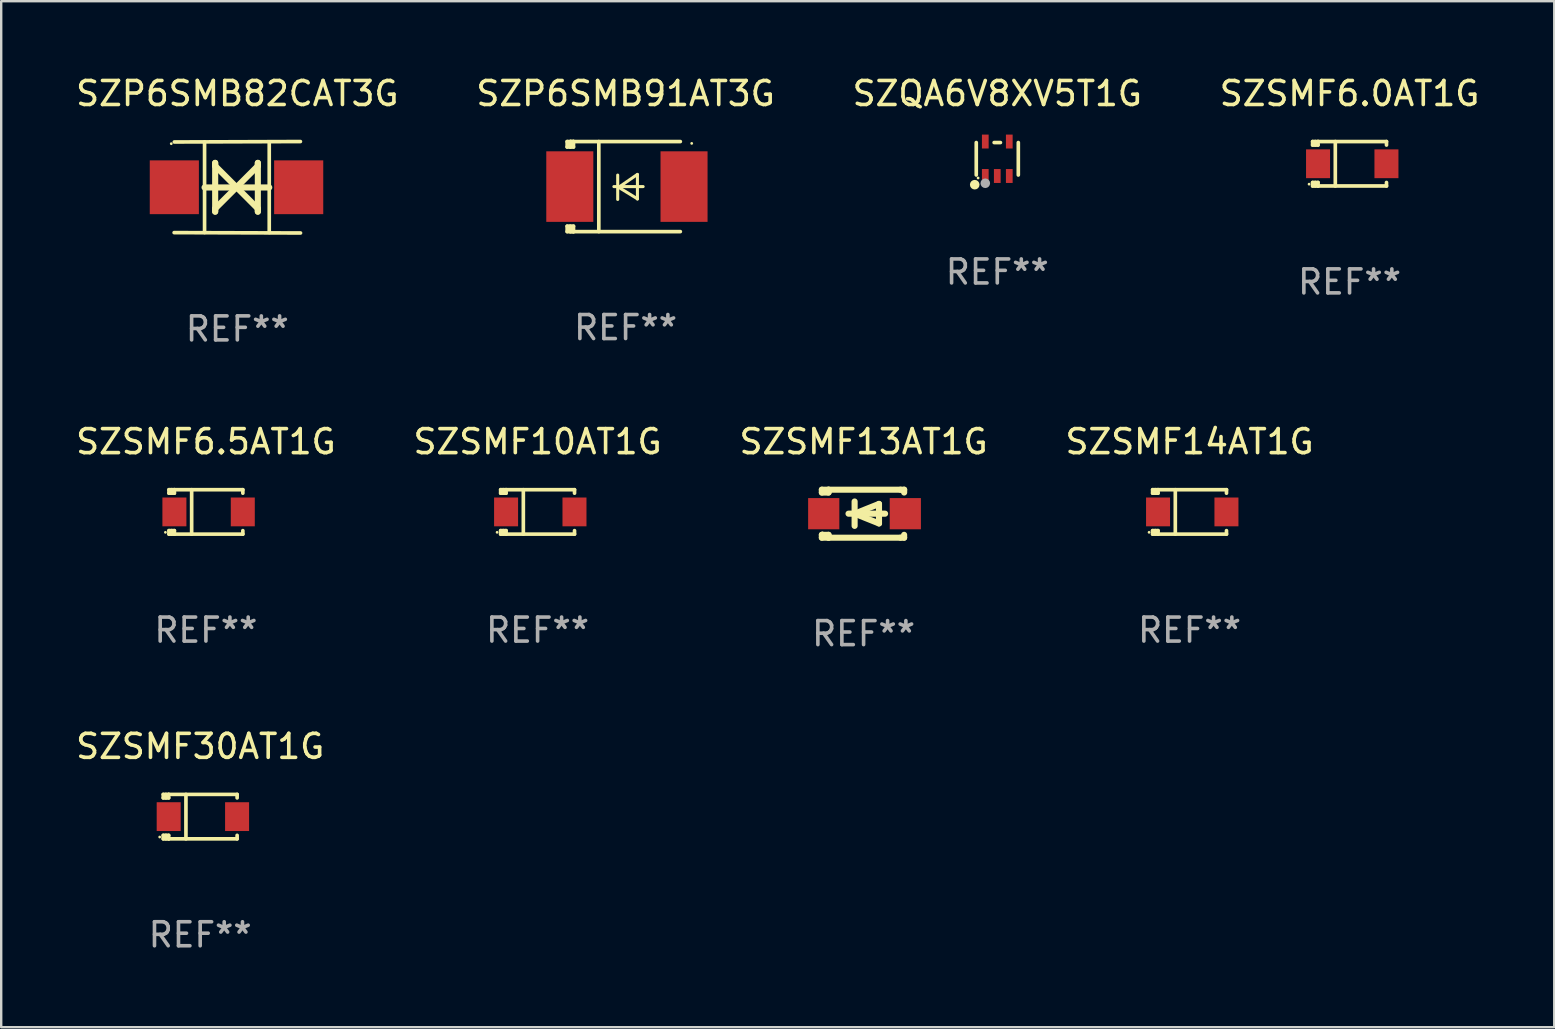
<source format=kicad_pcb>
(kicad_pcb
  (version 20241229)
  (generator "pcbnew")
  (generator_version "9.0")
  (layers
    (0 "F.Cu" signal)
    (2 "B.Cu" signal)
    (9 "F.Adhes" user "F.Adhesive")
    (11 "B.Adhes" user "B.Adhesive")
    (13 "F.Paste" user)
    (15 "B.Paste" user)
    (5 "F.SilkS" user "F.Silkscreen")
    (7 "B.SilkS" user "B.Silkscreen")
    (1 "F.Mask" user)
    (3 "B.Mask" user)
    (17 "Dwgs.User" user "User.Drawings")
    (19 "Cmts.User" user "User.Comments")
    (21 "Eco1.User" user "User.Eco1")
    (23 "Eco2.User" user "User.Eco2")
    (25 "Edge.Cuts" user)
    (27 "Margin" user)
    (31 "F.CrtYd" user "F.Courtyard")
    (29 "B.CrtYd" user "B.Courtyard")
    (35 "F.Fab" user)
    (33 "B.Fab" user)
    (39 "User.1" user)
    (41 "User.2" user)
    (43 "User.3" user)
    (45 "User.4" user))
  (footprint "SZQA6V8XV5T1G"
    (layer "F.Cu")
    (at 38.506 3.566)
    (property "Reference" "SZQA6V8XV5T1G" (at 0 -2.718 0) (layer "F.SilkS") (effects (font (size 1 1) (thickness 0.15))))
    (attr through_hole)
    (fp_line (start -0.876 0.676) (end -0.876 -0.676) (stroke (width 0.152) (type solid)) (layer "F.SilkS"))
    (fp_line (start 0.131 -0.676) (end -0.131 -0.676) (stroke (width 0.152) (type solid)) (layer "F.SilkS"))
    (fp_line (start 0.876 0.676) (end 0.876 -0.676) (stroke (width 0.152) (type solid)) (layer "F.SilkS"))
    (fp_circle (center -0.94 1.08) (end -0.84 1.08) (stroke (width 0.2) (type solid)) (fill no) (layer "F.SilkS"))
    (fp_circle (center -0.8 0.8) (end -0.77 0.8) (stroke (width 0.06) (type solid)) (fill no) (layer "F.SilkS"))
    (fp_circle (center -0.5 1.02) (end -0.4 1.02) (stroke (width 0.2) (type solid)) (fill no) (layer "F.Fab"))
    (fp_text user "REF**" (at 0 4.718 0) (layer "F.Fab") (effects (font (size 1 1) (thickness 0.15))))
    (pad "1" smd rect (at -0.5 0.718) (size 0.28 0.58) (layers "F.Cu" "F.Mask" "F.Paste"))
    (pad "2" smd rect (at -0.000102 0.718) (size 0.28 0.58) (layers "F.Cu" "F.Mask" "F.Paste"))
    (pad "3" smd rect (at 0.5 0.718) (size 0.28 0.58) (layers "F.Cu" "F.Mask" "F.Paste"))
    (pad "4" smd rect (at 0.5 -0.718) (size 0.28 0.58) (layers "F.Cu" "F.Mask" "F.Paste"))
    (pad "5" smd rect (at -0.5 -0.718) (size 0.28 0.58) (layers "F.Cu" "F.Mask" "F.Paste")))
  (footprint "SZSMF14AT1G"
    (layer "F.Cu")
    (at 46.518 18.281)
    (property "Reference" "SZSMF14AT1G" (at 0 -2.926 0) (layer "F.SilkS") (effects (font (size 1 1) (thickness 0.15))))
    (attr through_hole)
    (fp_line (start -1.539 -0.926) (end -1.539 -0.78) (stroke (width 0.152) (type solid)) (layer "F.SilkS"))
    (fp_line (start -1.539 0.926) (end -1.539 0.78) (stroke (width 0.152) (type solid)) (layer "F.SilkS"))
    (fp_line (start -1.429 -0.926) (end -1.429 -0.78) (stroke (width 0.152) (type solid)) (layer "F.SilkS"))
    (fp_line (start -1.429 0.78) (end -1.429 0.926) (stroke (width 0.152) (type solid)) (layer "F.SilkS"))
    (fp_line (start -1.314 -0.926) (end -1.539 -0.926) (stroke (width 0.152) (type solid)) (layer "F.SilkS"))
    (fp_line (start -1.314 -0.926) (end -1.314 -0.78) (stroke (width 0.152) (type solid)) (layer "F.SilkS"))
    (fp_line (start -1.314 -0.926) (end 1.539 -0.926) (stroke (width 0.152) (type solid)) (layer "F.SilkS"))
    (fp_line (start -1.314 -0.78) (end -1.539 -0.78) (stroke (width 0.152) (type solid)) (layer "F.SilkS"))
    (fp_line (start -1.314 0.78) (end -1.539 0.78) (stroke (width 0.152) (type solid)) (layer "F.SilkS"))
    (fp_line (start -1.314 0.78) (end -1.314 0.926) (stroke (width 0.152) (type solid)) (layer "F.SilkS"))
    (fp_line (start -1.314 0.926) (end -1.539 0.926) (stroke (width 0.152) (type solid)) (layer "F.SilkS"))
    (fp_line (start -1.314 0.926) (end 1.539 0.926) (stroke (width 0.152) (type solid)) (layer "F.SilkS"))
    (fp_line (start -0.594 -0.926) (end -0.594 0.926) (stroke (width 0.152) (type solid)) (layer "F.SilkS"))
    (fp_line (start 1.539 -0.926) (end 1.539 -0.78) (stroke (width 0.152) (type solid)) (layer "F.SilkS"))
    (fp_line (start 1.539 0.78) (end 1.539 0.926) (stroke (width 0.152) (type solid)) (layer "F.SilkS"))
    (fp_circle (center -1.687 0.85) (end -1.657 0.85) (stroke (width 0.06) (type solid)) (fill no) (layer "F.SilkS"))
    (fp_text user "REF**" (at 0 4.926 0) (layer "F.Fab") (effects (font (size 1 1) (thickness 0.15))))
    (pad "1" smd rect (at -1.313 -0.000013) (size 1 1.2) (layers "F.Cu" "F.Mask" "F.Paste"))
    (pad "2" smd rect (at 1.537 -0.000013) (size 1 1.2) (layers "F.Cu" "F.Mask" "F.Paste")))
  (footprint "SZP6SMB82CAT3G"
    (layer "F.Cu")
    (at 6.839 4.753)
    (property "Reference" "SZP6SMB82CAT3G" (at 0 -3.905 0) (layer "F.SilkS") (effects (font (size 1 1) (thickness 0.15))))
    (attr through_hole)
    (fp_line (start -1.365 1.886) (end -1.365 -1.886) (stroke (width 0.152) (type solid)) (layer "F.SilkS"))
    (fp_line (start -1.365 0.008) (end 1.33 0.008) (stroke (width 0.254) (type solid)) (layer "F.SilkS"))
    (fp_line (start -0.923 -1.016) (end -0.923 1.016) (stroke (width 0.254) (type solid)) (layer "F.SilkS"))
    (fp_line (start -0.923 -0.889) (end -0.923 -1.016) (stroke (width 0.254) (type solid)) (layer "F.SilkS"))
    (fp_line (start -0.923 0.889) (end -0.034 0) (stroke (width 0.254) (type solid)) (layer "F.SilkS"))
    (fp_line (start -0.923 1.016) (end -0.923 0.889) (stroke (width 0.254) (type solid)) (layer "F.SilkS"))
    (fp_line (start -0.034 0) (end -0.923 -0.889) (stroke (width 0.254) (type solid)) (layer "F.SilkS"))
    (fp_line (start -0.034 0) (end 0.855 0.889) (stroke (width 0.254) (type solid)) (layer "F.SilkS"))
    (fp_line (start 0.855 -1.016) (end 0.855 -0.889) (stroke (width 0.254) (type solid)) (layer "F.SilkS"))
    (fp_line (start 0.855 -0.889) (end -0.034 0) (stroke (width 0.254) (type solid)) (layer "F.SilkS"))
    (fp_line (start 0.855 0.889) (end 0.855 1.016) (stroke (width 0.254) (type solid)) (layer "F.SilkS"))
    (fp_line (start 0.855 1.016) (end 0.855 -1.016) (stroke (width 0.254) (type solid)) (layer "F.SilkS"))
    (fp_line (start 1.33 1.886) (end 1.33 -1.886) (stroke (width 0.152) (type solid)) (layer "F.SilkS"))
    (fp_line (start 2.629 -1.905) (end -2.625 -1.887) (stroke (width 0.152) (type solid)) (layer "F.SilkS"))
    (fp_line (start 2.633 1.905) (end -2.633 1.89) (stroke (width 0.152) (type solid)) (layer "F.SilkS"))
    (fp_circle (center -2.753 -1.816) (end -2.723 -1.816) (stroke (width 0.06) (type solid)) (fill no) (layer "F.SilkS"))
    (fp_text user "REF**" (at 0 5.905 0) (layer "F.Fab") (effects (font (size 1 1) (thickness 0.15))))
    (pad "1" smd rect (at -2.625 0) (size 2.047 2.241) (layers "F.Cu" "F.Mask" "F.Paste"))
    (pad "2" smd rect (at 2.557 0) (size 2.047 2.241) (layers "F.Cu" "F.Mask" "F.Paste")))
  (footprint "SZSMF6.0AT1G"
    (layer "F.Cu")
    (at 53.185 3.774)
    (property "Reference" "SZSMF6.0AT1G" (at 0 -2.926 0) (layer "F.SilkS") (effects (font (size 1 1) (thickness 0.15))))
    (attr through_hole)
    (fp_line (start -1.539 -0.926) (end -1.539 -0.78) (stroke (width 0.152) (type solid)) (layer "F.SilkS"))
    (fp_line (start -1.539 0.926) (end -1.539 0.78) (stroke (width 0.152) (type solid)) (layer "F.SilkS"))
    (fp_line (start -1.429 -0.926) (end -1.429 -0.78) (stroke (width 0.152) (type solid)) (layer "F.SilkS"))
    (fp_line (start -1.429 0.78) (end -1.429 0.926) (stroke (width 0.152) (type solid)) (layer "F.SilkS"))
    (fp_line (start -1.314 -0.926) (end -1.539 -0.926) (stroke (width 0.152) (type solid)) (layer "F.SilkS"))
    (fp_line (start -1.314 -0.926) (end -1.314 -0.78) (stroke (width 0.152) (type solid)) (layer "F.SilkS"))
    (fp_line (start -1.314 -0.926) (end 1.539 -0.926) (stroke (width 0.152) (type solid)) (layer "F.SilkS"))
    (fp_line (start -1.314 -0.78) (end -1.539 -0.78) (stroke (width 0.152) (type solid)) (layer "F.SilkS"))
    (fp_line (start -1.314 0.78) (end -1.539 0.78) (stroke (width 0.152) (type solid)) (layer "F.SilkS"))
    (fp_line (start -1.314 0.78) (end -1.314 0.926) (stroke (width 0.152) (type solid)) (layer "F.SilkS"))
    (fp_line (start -1.314 0.926) (end -1.539 0.926) (stroke (width 0.152) (type solid)) (layer "F.SilkS"))
    (fp_line (start -1.314 0.926) (end 1.539 0.926) (stroke (width 0.152) (type solid)) (layer "F.SilkS"))
    (fp_line (start -0.594 -0.926) (end -0.594 0.926) (stroke (width 0.152) (type solid)) (layer "F.SilkS"))
    (fp_line (start 1.539 -0.926) (end 1.539 -0.78) (stroke (width 0.152) (type solid)) (layer "F.SilkS"))
    (fp_line (start 1.539 0.78) (end 1.539 0.926) (stroke (width 0.152) (type solid)) (layer "F.SilkS"))
    (fp_circle (center -1.687 0.85) (end -1.657 0.85) (stroke (width 0.06) (type solid)) (fill no) (layer "F.SilkS"))
    (fp_text user "REF**" (at 0 4.926 0) (layer "F.Fab") (effects (font (size 1 1) (thickness 0.15))))
    (pad "1" smd rect (at -1.313 -0.000013) (size 1 1.2) (layers "F.Cu" "F.Mask" "F.Paste"))
    (pad "2" smd rect (at 1.537 -0.000013) (size 1 1.2) (layers "F.Cu" "F.Mask" "F.Paste")))
  (footprint "SZSMF13AT1G"
    (layer "F.Cu")
    (at 32.935 18.355)
    (property "Reference" "SZSMF13AT1G" (at 0 -3 0) (layer "F.SilkS") (effects (font (size 1 1) (thickness 0.15))))
    (attr through_hole)
    (fp_line (start -1.739 -1) (end -1.739 -0.882) (stroke (width 0.254) (type solid)) (layer "F.SilkS"))
    (fp_line (start -1.739 1) (end -1.739 0.881) (stroke (width 0.254) (type solid)) (layer "F.SilkS"))
    (fp_line (start -1.461 -1) (end -1.739 -1) (stroke (width 0.254) (type solid)) (layer "F.SilkS"))
    (fp_line (start -1.461 -1) (end -1.461 -0.882) (stroke (width 0.254) (type solid)) (layer "F.SilkS"))
    (fp_line (start -1.461 -1) (end 1.539 -1) (stroke (width 0.254) (type solid)) (layer "F.SilkS"))
    (fp_line (start -1.461 -0.882) (end -1.739 -0.882) (stroke (width 0.254) (type solid)) (layer "F.SilkS"))
    (fp_line (start -1.461 0.881) (end -1.739 0.881) (stroke (width 0.254) (type solid)) (layer "F.SilkS"))
    (fp_line (start -1.461 0.881) (end -1.461 1) (stroke (width 0.254) (type solid)) (layer "F.SilkS"))
    (fp_line (start -1.461 1) (end -1.739 1) (stroke (width 0.254) (type solid)) (layer "F.SilkS"))
    (fp_line (start -0.628 -0.000394) (end 0.896 -0.000394) (stroke (width 0.254) (type solid)) (layer "F.SilkS"))
    (fp_line (start -0.374 -0.508) (end -0.374 0.508) (stroke (width 0.254) (type solid)) (layer "F.SilkS"))
    (fp_line (start -0.374 -0.000394) (end 0.642 -0.407) (stroke (width 0.254) (type solid)) (layer "F.SilkS"))
    (fp_line (start 0.642 -0.407) (end 0.642 0.406) (stroke (width 0.254) (type solid)) (layer "F.SilkS"))
    (fp_line (start 0.642 0.406) (end -0.374 -0.000394) (stroke (width 0.254) (type solid)) (layer "F.SilkS"))
    (fp_line (start 1.539 -1) (end 1.69 -1) (stroke (width 0.254) (type solid)) (layer "F.SilkS"))
    (fp_line (start 1.539 1) (end -1.461 1) (stroke (width 0.254) (type solid)) (layer "F.SilkS"))
    (fp_line (start 1.689 0.881) (end 1.689 1) (stroke (width 0.254) (type solid)) (layer "F.SilkS"))
    (fp_line (start 1.689 1) (end 1.539 1) (stroke (width 0.254) (type solid)) (layer "F.SilkS"))
    (fp_line (start 1.69 -1) (end 1.69 -0.882) (stroke (width 0.254) (type solid)) (layer "F.SilkS"))
    (fp_circle (center -1.711 0.8) (end -1.681 0.8) (stroke (width 0.06) (type solid)) (fill no) (layer "F.SilkS"))
    (fp_text user "REF**" (at 0 5 0) (layer "F.Fab") (effects (font (size 1 1) (thickness 0.15))))
    (pad "1" smd rect (at -1.661 -0.000394) (size 1.3 1.3) (layers "F.Cu" "F.Mask" "F.Paste"))
    (pad "2" smd rect (at 1.739 -0.000394) (size 1.3 1.3) (layers "F.Cu" "F.Mask" "F.Paste")))
  (footprint "SZSMF6.5AT1G"
    (layer "F.Cu")
    (at 5.53 18.281)
    (property "Reference" "SZSMF6.5AT1G" (at 0 -2.926 0) (layer "F.SilkS") (effects (font (size 1 1) (thickness 0.15))))
    (attr through_hole)
    (fp_line (start -1.539 -0.926) (end -1.539 -0.78) (stroke (width 0.152) (type solid)) (layer "F.SilkS"))
    (fp_line (start -1.539 0.926) (end -1.539 0.78) (stroke (width 0.152) (type solid)) (layer "F.SilkS"))
    (fp_line (start -1.429 -0.926) (end -1.429 -0.78) (stroke (width 0.152) (type solid)) (layer "F.SilkS"))
    (fp_line (start -1.429 0.78) (end -1.429 0.926) (stroke (width 0.152) (type solid)) (layer "F.SilkS"))
    (fp_line (start -1.314 -0.926) (end -1.539 -0.926) (stroke (width 0.152) (type solid)) (layer "F.SilkS"))
    (fp_line (start -1.314 -0.926) (end -1.314 -0.78) (stroke (width 0.152) (type solid)) (layer "F.SilkS"))
    (fp_line (start -1.314 -0.926) (end 1.539 -0.926) (stroke (width 0.152) (type solid)) (layer "F.SilkS"))
    (fp_line (start -1.314 -0.78) (end -1.539 -0.78) (stroke (width 0.152) (type solid)) (layer "F.SilkS"))
    (fp_line (start -1.314 0.78) (end -1.539 0.78) (stroke (width 0.152) (type solid)) (layer "F.SilkS"))
    (fp_line (start -1.314 0.78) (end -1.314 0.926) (stroke (width 0.152) (type solid)) (layer "F.SilkS"))
    (fp_line (start -1.314 0.926) (end -1.539 0.926) (stroke (width 0.152) (type solid)) (layer "F.SilkS"))
    (fp_line (start -1.314 0.926) (end 1.539 0.926) (stroke (width 0.152) (type solid)) (layer "F.SilkS"))
    (fp_line (start -0.594 -0.926) (end -0.594 0.926) (stroke (width 0.152) (type solid)) (layer "F.SilkS"))
    (fp_line (start 1.539 -0.926) (end 1.539 -0.78) (stroke (width 0.152) (type solid)) (layer "F.SilkS"))
    (fp_line (start 1.539 0.78) (end 1.539 0.926) (stroke (width 0.152) (type solid)) (layer "F.SilkS"))
    (fp_circle (center -1.687 0.85) (end -1.657 0.85) (stroke (width 0.06) (type solid)) (fill no) (layer "F.SilkS"))
    (fp_text user "REF**" (at 0 4.926 0) (layer "F.Fab") (effects (font (size 1 1) (thickness 0.15))))
    (pad "1" smd rect (at -1.313 -0.000013) (size 1 1.2) (layers "F.Cu" "F.Mask" "F.Paste"))
    (pad "2" smd rect (at 1.537 -0.000013) (size 1 1.2) (layers "F.Cu" "F.Mask" "F.Paste")))
  (footprint "SZSMF10AT1G"
    (layer "F.Cu")
    (at 19.351 18.281)
    (property "Reference" "SZSMF10AT1G" (at 0 -2.926 0) (layer "F.SilkS") (effects (font (size 1 1) (thickness 0.15))))
    (attr through_hole)
    (fp_line (start -1.539 -0.926) (end -1.539 -0.78) (stroke (width 0.152) (type solid)) (layer "F.SilkS"))
    (fp_line (start -1.539 0.926) (end -1.539 0.78) (stroke (width 0.152) (type solid)) (layer "F.SilkS"))
    (fp_line (start -1.429 -0.926) (end -1.429 -0.78) (stroke (width 0.152) (type solid)) (layer "F.SilkS"))
    (fp_line (start -1.429 0.78) (end -1.429 0.926) (stroke (width 0.152) (type solid)) (layer "F.SilkS"))
    (fp_line (start -1.314 -0.926) (end -1.539 -0.926) (stroke (width 0.152) (type solid)) (layer "F.SilkS"))
    (fp_line (start -1.314 -0.926) (end -1.314 -0.78) (stroke (width 0.152) (type solid)) (layer "F.SilkS"))
    (fp_line (start -1.314 -0.926) (end 1.539 -0.926) (stroke (width 0.152) (type solid)) (layer "F.SilkS"))
    (fp_line (start -1.314 -0.78) (end -1.539 -0.78) (stroke (width 0.152) (type solid)) (layer "F.SilkS"))
    (fp_line (start -1.314 0.78) (end -1.539 0.78) (stroke (width 0.152) (type solid)) (layer "F.SilkS"))
    (fp_line (start -1.314 0.78) (end -1.314 0.926) (stroke (width 0.152) (type solid)) (layer "F.SilkS"))
    (fp_line (start -1.314 0.926) (end -1.539 0.926) (stroke (width 0.152) (type solid)) (layer "F.SilkS"))
    (fp_line (start -1.314 0.926) (end 1.539 0.926) (stroke (width 0.152) (type solid)) (layer "F.SilkS"))
    (fp_line (start -0.594 -0.926) (end -0.594 0.926) (stroke (width 0.152) (type solid)) (layer "F.SilkS"))
    (fp_line (start 1.539 -0.926) (end 1.539 -0.78) (stroke (width 0.152) (type solid)) (layer "F.SilkS"))
    (fp_line (start 1.539 0.78) (end 1.539 0.926) (stroke (width 0.152) (type solid)) (layer "F.SilkS"))
    (fp_circle (center -1.687 0.85) (end -1.657 0.85) (stroke (width 0.06) (type solid)) (fill no) (layer "F.SilkS"))
    (fp_text user "REF**" (at 0 4.926 0) (layer "F.Fab") (effects (font (size 1 1) (thickness 0.15))))
    (pad "1" smd rect (at -1.313 -0.000013) (size 1 1.2) (layers "F.Cu" "F.Mask" "F.Paste"))
    (pad "2" smd rect (at 1.537 -0.000013) (size 1 1.2) (layers "F.Cu" "F.Mask" "F.Paste")))
  (footprint "SZP6SMB91AT3G"
    (layer "F.Cu")
    (at 23.018 4.725)
    (property "Reference" "SZP6SMB91AT3G" (at 0 -3.876 0) (layer "F.SilkS") (effects (font (size 1 1) (thickness 0.15))))
    (attr through_hole)
    (fp_line (start -2.435 1.65) (end -2.171 1.65) (stroke (width 0.152) (type solid)) (layer "F.SilkS"))
    (fp_line (start -2.435 1.876) (end -2.435 1.65) (stroke (width 0.152) (type solid)) (layer "F.SilkS"))
    (fp_line (start -2.435 -1.876) (end -2.171 -1.876) (stroke (width 0.152) (type solid)) (layer "F.SilkS"))
    (fp_line (start -2.435 -1.65) (end -2.435 -1.876) (stroke (width 0.152) (type solid)) (layer "F.SilkS"))
    (fp_line (start -2.305 -1.866) (end -2.295 -1.876) (stroke (width 0.152) (type solid)) (layer "F.SilkS"))
    (fp_line (start -2.305 -1.65) (end -2.305 -1.866) (stroke (width 0.152) (type solid)) (layer "F.SilkS"))
    (fp_line (start -2.305 1.876) (end -2.305 1.65) (stroke (width 0.152) (type solid)) (layer "F.SilkS"))
    (fp_line (start -2.295 -1.876) (end -2.295 -1.65) (stroke (width 0.152) (type solid)) (layer "F.SilkS"))
    (fp_line (start -2.171 1.876) (end -2.435 1.876) (stroke (width 0.152) (type solid)) (layer "F.SilkS"))
    (fp_line (start -2.171 -1.65) (end -2.435 -1.65) (stroke (width 0.152) (type solid)) (layer "F.SilkS"))
    (fp_line (start -2.171 -1.876) (end -2.295 -1.876) (stroke (width 0.152) (type solid)) (layer "F.SilkS"))
    (fp_line (start -2.171 -1.65) (end -2.171 -1.876) (stroke (width 0.152) (type solid)) (layer "F.SilkS"))
    (fp_line (start -2.171 1.876) (end -2.305 1.876) (stroke (width 0.152) (type solid)) (layer "F.SilkS"))
    (fp_line (start -2.171 1.876) (end -2.171 1.65) (stroke (width 0.152) (type solid)) (layer "F.SilkS"))
    (fp_line (start -1.116 1.876) (end -1.116 -1.876) (stroke (width 0.152) (type solid)) (layer "F.SilkS"))
    (fp_line (start -0.488 0.000102) (end 0.731 0.000102) (stroke (width 0.127) (type solid)) (layer "F.SilkS"))
    (fp_line (start -0.329 -0.48) (end -0.329 0.536) (stroke (width 0.127) (type solid)) (layer "F.SilkS"))
    (fp_line (start -0.29 0.03) (end 0.493 0.51) (stroke (width 0.127) (type solid)) (layer "F.SilkS"))
    (fp_line (start 0.493 -0.51) (end -0.29 0.03) (stroke (width 0.127) (type solid)) (layer "F.SilkS"))
    (fp_line (start 0.493 0.52) (end 0.493 -0.496) (stroke (width 0.127) (type solid)) (layer "F.SilkS"))
    (fp_line (start 2.281 -1.876) (end -2.171 -1.876) (stroke (width 0.152) (type solid)) (layer "F.SilkS"))
    (fp_line (start 2.281 1.876) (end -2.171 1.876) (stroke (width 0.152) (type solid)) (layer "F.SilkS"))
    (fp_circle (center 2.755 -1.8) (end 2.785 -1.8) (stroke (width 0.06) (type solid)) (fill no) (layer "F.SilkS"))
    (fp_text user "REF**" (at 0 5.876 0) (layer "F.Fab") (effects (font (size 1 1) (thickness 0.15))))
    (pad "1" smd rect (at 2.435 -0.000025 180) (size 1.96 2.94) (layers "F.Cu" "F.Mask" "F.Paste"))
    (pad "2" smd rect (at -2.325 -0.000025 180) (size 1.96 2.94) (layers "F.Cu" "F.Mask" "F.Paste")))
  (footprint "SZSMF30AT1G"
    (layer "F.Cu")
    (at 5.292 30.978)
    (property "Reference" "SZSMF30AT1G" (at 0 -2.926 0) (layer "F.SilkS") (effects (font (size 1 1) (thickness 0.15))))
    (attr through_hole)
    (fp_line (start -1.539 -0.926) (end -1.539 -0.78) (stroke (width 0.152) (type solid)) (layer "F.SilkS"))
    (fp_line (start -1.539 0.926) (end -1.539 0.78) (stroke (width 0.152) (type solid)) (layer "F.SilkS"))
    (fp_line (start -1.429 -0.926) (end -1.429 -0.78) (stroke (width 0.152) (type solid)) (layer "F.SilkS"))
    (fp_line (start -1.429 0.78) (end -1.429 0.926) (stroke (width 0.152) (type solid)) (layer "F.SilkS"))
    (fp_line (start -1.314 -0.926) (end -1.539 -0.926) (stroke (width 0.152) (type solid)) (layer "F.SilkS"))
    (fp_line (start -1.314 -0.926) (end -1.314 -0.78) (stroke (width 0.152) (type solid)) (layer "F.SilkS"))
    (fp_line (start -1.314 -0.926) (end 1.539 -0.926) (stroke (width 0.152) (type solid)) (layer "F.SilkS"))
    (fp_line (start -1.314 -0.78) (end -1.539 -0.78) (stroke (width 0.152) (type solid)) (layer "F.SilkS"))
    (fp_line (start -1.314 0.78) (end -1.539 0.78) (stroke (width 0.152) (type solid)) (layer "F.SilkS"))
    (fp_line (start -1.314 0.78) (end -1.314 0.926) (stroke (width 0.152) (type solid)) (layer "F.SilkS"))
    (fp_line (start -1.314 0.926) (end -1.539 0.926) (stroke (width 0.152) (type solid)) (layer "F.SilkS"))
    (fp_line (start -1.314 0.926) (end 1.539 0.926) (stroke (width 0.152) (type solid)) (layer "F.SilkS"))
    (fp_line (start -0.594 -0.926) (end -0.594 0.926) (stroke (width 0.152) (type solid)) (layer "F.SilkS"))
    (fp_line (start 1.539 -0.926) (end 1.539 -0.78) (stroke (width 0.152) (type solid)) (layer "F.SilkS"))
    (fp_line (start 1.539 0.78) (end 1.539 0.926) (stroke (width 0.152) (type solid)) (layer "F.SilkS"))
    (fp_circle (center -1.687 0.85) (end -1.657 0.85) (stroke (width 0.06) (type solid)) (fill no) (layer "F.SilkS"))
    (fp_text user "REF**" (at 0 4.926 0) (layer "F.Fab") (effects (font (size 1 1) (thickness 0.15))))
    (pad "1" smd rect (at -1.313 -0.000013) (size 1 1.2) (layers "F.Cu" "F.Mask" "F.Paste"))
    (pad "2" smd rect (at 1.537 -0.000013) (size 1 1.2) (layers "F.Cu" "F.Mask" "F.Paste")))
  (gr_rect
    (start -3 -3)
    (end 61.714 39.753)
    (stroke (width 0.1) (type default))
    (fill no)
    (layer "Edge.Cuts")))
</source>
